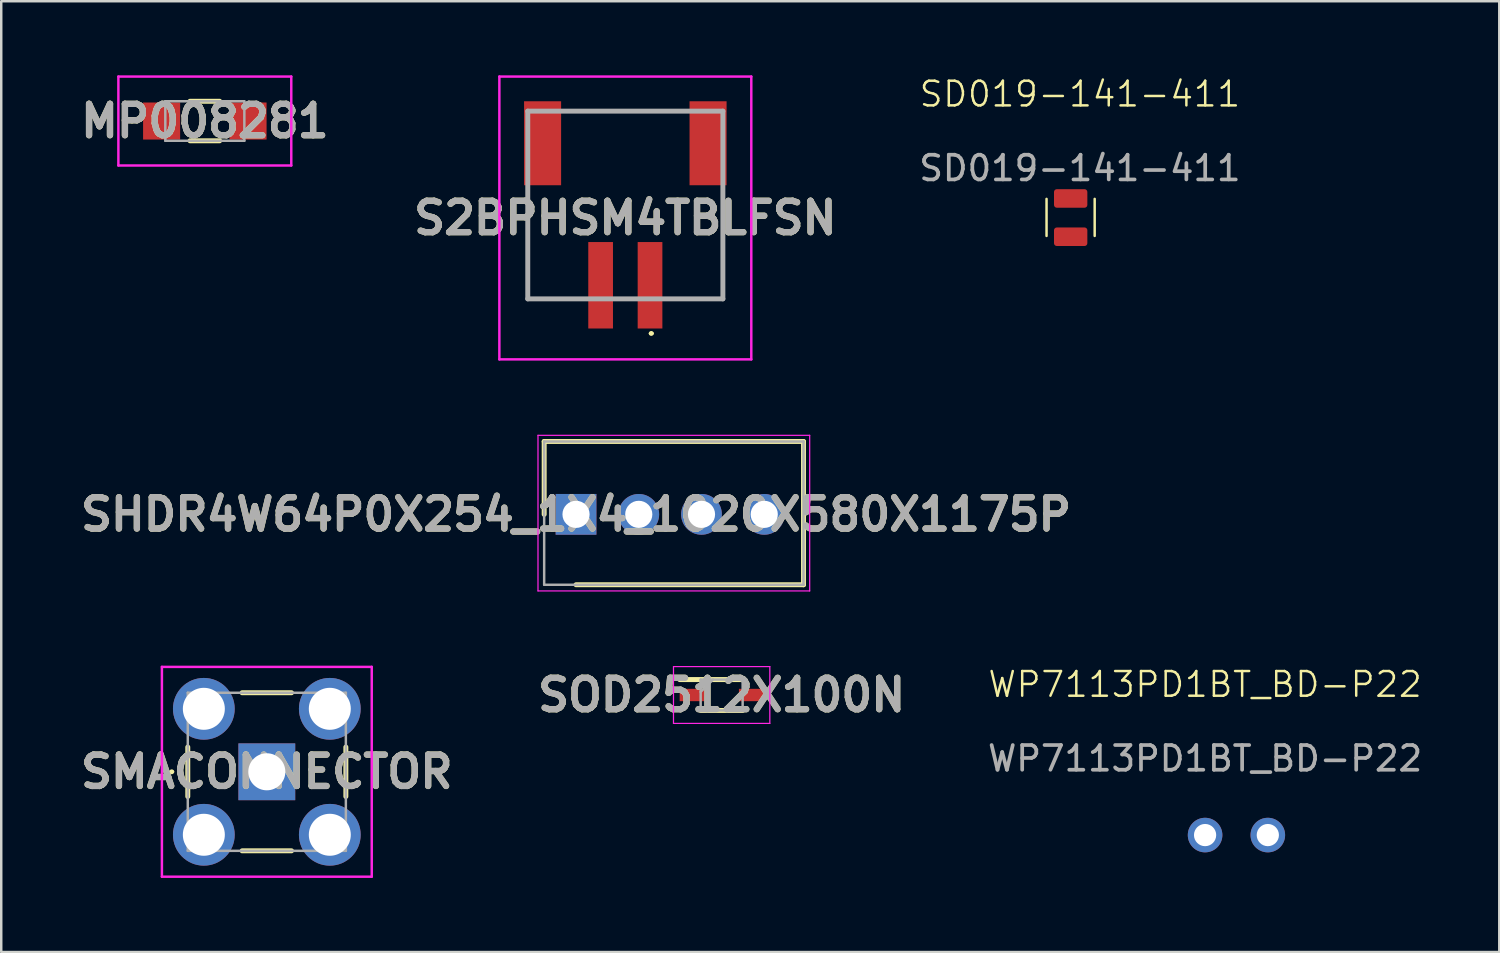
<source format=kicad_pcb>
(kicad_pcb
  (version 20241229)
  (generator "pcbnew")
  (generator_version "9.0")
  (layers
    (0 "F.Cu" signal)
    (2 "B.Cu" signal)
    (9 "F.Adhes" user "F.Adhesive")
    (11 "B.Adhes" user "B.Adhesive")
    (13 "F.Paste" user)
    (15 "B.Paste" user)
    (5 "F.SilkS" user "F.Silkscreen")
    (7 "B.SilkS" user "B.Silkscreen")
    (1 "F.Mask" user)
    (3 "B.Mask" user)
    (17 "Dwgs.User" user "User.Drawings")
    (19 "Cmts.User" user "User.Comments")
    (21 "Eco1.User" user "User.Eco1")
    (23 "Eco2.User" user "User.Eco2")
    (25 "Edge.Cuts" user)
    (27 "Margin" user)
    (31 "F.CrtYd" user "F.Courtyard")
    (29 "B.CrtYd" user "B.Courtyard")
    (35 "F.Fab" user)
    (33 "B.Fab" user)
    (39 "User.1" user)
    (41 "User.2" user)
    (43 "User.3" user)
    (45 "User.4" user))
  (footprint "SOD2512X100N"
    (layer "F.Cu")
    (at 26.168 25.089)
    (property "Reference" "SOD2512X100N" (at 0 0 0) (layer "F.SilkS") (effects (font (size 1.27 1.27) (thickness 0.254))))
    (attr smd)
    (fp_line (start -1.7 -0.625) (end 0.85 -0.625) (stroke (width 0.2) (type solid)) (layer "F.SilkS"))
    (fp_line (start -0.85 0.625) (end 0.85 0.625) (stroke (width 0.2) (type solid)) (layer "F.SilkS"))
    (fp_line (start -1.95 -1.15) (end 1.95 -1.15) (stroke (width 0.05) (type solid)) (layer "F.CrtYd"))
    (fp_line (start -1.95 1.15) (end -1.95 -1.15) (stroke (width 0.05) (type solid)) (layer "F.CrtYd"))
    (fp_line (start 1.95 -1.15) (end 1.95 1.15) (stroke (width 0.05) (type solid)) (layer "F.CrtYd"))
    (fp_line (start 1.95 1.15) (end -1.95 1.15) (stroke (width 0.05) (type solid)) (layer "F.CrtYd"))
    (fp_line (start -0.85 -0.625) (end 0.85 -0.625) (stroke (width 0.1) (type solid)) (layer "F.Fab"))
    (fp_line (start -0.85 -0.125) (end -0.35 -0.625) (stroke (width 0.1) (type solid)) (layer "F.Fab"))
    (fp_line (start -0.85 0.625) (end -0.85 -0.625) (stroke (width 0.1) (type solid)) (layer "F.Fab"))
    (fp_line (start 0.85 -0.625) (end 0.85 0.625) (stroke (width 0.1) (type solid)) (layer "F.Fab"))
    (fp_line (start 0.85 0.625) (end -0.85 0.625) (stroke (width 0.1) (type solid)) (layer "F.Fab"))
    (fp_text user "${REFERENCE}" (at 0 0 0) (layer "F.Fab") (effects (font (size 1.27 1.27) (thickness 0.254))))
    (pad "1" smd rect (at -1.2 0 90) (size 0.5 1) (layers "F.Cu" "F.Mask" "F.Paste"))
    (pad "2" smd rect (at 1.2 0 90) (size 0.5 1) (layers "F.Cu" "F.Mask" "F.Paste")))
  (footprint "MP008281"
    (layer "F.Cu")
    (at 5.243 1.85)
    (property "Reference" "MP008281" (at 0 0 0) (layer "F.SilkS") (effects (font (size 1.27 1.27) (thickness 0.254))))
    (attr smd)
    (fp_line (start -3 0) (end -3 0) (stroke (width 0.1) (type solid)) (layer "F.SilkS"))
    (fp_line (start -2.9 0) (end -2.9 0) (stroke (width 0.1) (type solid)) (layer "F.SilkS"))
    (fp_line (start -0.6 -0.8) (end 0.6 -0.8) (stroke (width 0.2) (type solid)) (layer "F.SilkS"))
    (fp_line (start -0.6 0.8) (end 0.6 0.8) (stroke (width 0.2) (type solid)) (layer "F.SilkS"))
    (fp_arc (start -3 0) (mid -2.95 -0.05) (end -2.9 0) (stroke (width 0.1) (type solid)) (layer "F.SilkS"))
    (fp_arc (start -2.9 0) (mid -2.95 0.05) (end -3 0) (stroke (width 0.1) (type solid)) (layer "F.SilkS"))
    (fp_line (start -3.5 -1.8) (end 3.5 -1.8) (stroke (width 0.1) (type solid)) (layer "F.CrtYd"))
    (fp_line (start -3.5 1.8) (end -3.5 -1.8) (stroke (width 0.1) (type solid)) (layer "F.CrtYd"))
    (fp_line (start 3.5 -1.8) (end 3.5 1.8) (stroke (width 0.1) (type solid)) (layer "F.CrtYd"))
    (fp_line (start 3.5 1.8) (end -3.5 1.8) (stroke (width 0.1) (type solid)) (layer "F.CrtYd"))
    (fp_line (start -1.6 -0.8) (end 1.6 -0.8) (stroke (width 0.1) (type solid)) (layer "F.Fab"))
    (fp_line (start -1.6 0.8) (end -1.6 -0.8) (stroke (width 0.1) (type solid)) (layer "F.Fab"))
    (fp_line (start 1.6 -0.8) (end 1.6 0.8) (stroke (width 0.1) (type solid)) (layer "F.Fab"))
    (fp_line (start 1.6 0.8) (end -1.6 0.8) (stroke (width 0.1) (type solid)) (layer "F.Fab"))
    (fp_text user "${REFERENCE}" (at 0 0 0) (layer "F.Fab") (effects (font (size 1.27 1.27) (thickness 0.254))))
    (pad "1" smd rect (at -1.75 0 90) (size 1.5 1.5) (layers "F.Cu" "F.Mask" "F.Paste"))
    (pad "2" smd rect (at 1.75 0 90) (size 1.5 1.5) (layers "F.Cu" "F.Mask" "F.Paste")))
  (footprint "WP7113PD1BT_BD-P22"
    (layer "F.Cu")
    (at 45.741 25.16)
    (property "Reference" "WP7113PD1BT_BD-P22" (at 0 -0.5 0) (unlocked yes) (layer "F.SilkS") (effects (font (size 1 1) (thickness 0.1))))
    (attr smd)
    (fp_text user "${REFERENCE}" (at 0 2.5 0) (unlocked yes) (layer "F.Fab") (effects (font (size 1 1) (thickness 0.15))))
    (pad "1" thru_hole circle (at 0 5.6) (size 1.4 1.4) (drill 0.9) (layers "*.Cu" "*.Mask"))
    (pad "2" thru_hole circle (at 2.54 5.6) (size 1.4 1.4) (drill 0.9) (layers "*.Cu" "*.Mask")))
  (footprint "S2BPHSM4TBLFSN"
    (layer "F.Cu")
    (at 22.268 5.25)
    (property "Reference" "S2BPHSM4TBLFSN" (at 0 0.525 0) (layer "F.SilkS") (effects (font (size 1.27 1.27) (thickness 0.254))))
    (attr smd)
    (fp_line (start -3.95 3.8) (end -3.95 -0.4) (stroke (width 0.1) (type solid)) (layer "F.SilkS"))
    (fp_line (start -2 3.8) (end -3.95 3.8) (stroke (width 0.1) (type solid)) (layer "F.SilkS"))
    (fp_line (start 1 5.2) (end 1 5.2) (stroke (width 0.1) (type solid)) (layer "F.SilkS"))
    (fp_line (start 1.1 5.2) (end 1.1 5.2) (stroke (width 0.1) (type solid)) (layer "F.SilkS"))
    (fp_line (start 2.2 -3.8) (end -2 -3.8) (stroke (width 0.1) (type solid)) (layer "F.SilkS"))
    (fp_line (start 3.95 -0.4) (end 3.95 3.8) (stroke (width 0.1) (type solid)) (layer "F.SilkS"))
    (fp_line (start 3.95 3.8) (end 2 3.8) (stroke (width 0.1) (type solid)) (layer "F.SilkS"))
    (fp_arc (start 1 5.2) (mid 1.05 5.15) (end 1.1 5.2) (stroke (width 0.1) (type solid)) (layer "F.SilkS"))
    (fp_arc (start 1.1 5.2) (mid 1.05 5.25) (end 1 5.2) (stroke (width 0.1) (type solid)) (layer "F.SilkS"))
    (fp_line (start -5.1 -5.2) (end -5.1 6.25) (stroke (width 0.1) (type solid)) (layer "F.CrtYd"))
    (fp_line (start -5.1 6.25) (end 5.1 6.25) (stroke (width 0.1) (type solid)) (layer "F.CrtYd"))
    (fp_line (start 5.1 -5.2) (end -5.1 -5.2) (stroke (width 0.1) (type solid)) (layer "F.CrtYd"))
    (fp_line (start 5.1 6.25) (end 5.1 -5.2) (stroke (width 0.1) (type solid)) (layer "F.CrtYd"))
    (fp_line (start -3.95 -3.8) (end -3.95 3.8) (stroke (width 0.2) (type solid)) (layer "F.Fab"))
    (fp_line (start -3.95 3.8) (end 3.95 3.8) (stroke (width 0.2) (type solid)) (layer "F.Fab"))
    (fp_line (start 3.95 -3.8) (end -3.95 -3.8) (stroke (width 0.2) (type solid)) (layer "F.Fab"))
    (fp_line (start 3.95 3.8) (end 3.95 -3.8) (stroke (width 0.2) (type solid)) (layer "F.Fab"))
    (fp_text user "${REFERENCE}" (at 0 0.525 0) (layer "F.Fab") (effects (font (size 1.27 1.27) (thickness 0.254))))
    (pad "1" smd rect (at 1 3.25) (size 1 3.5) (layers "F.Cu" "F.Mask" "F.Paste"))
    (pad "2" smd rect (at -1 3.25) (size 1 3.5) (layers "F.Cu" "F.Mask" "F.Paste"))
    (pad "MP1" smd rect (at 3.35 -2.5) (size 1.5 3.4) (layers "F.Cu" "F.Mask" "F.Paste"))
    (pad "MP2" smd rect (at -3.35 -2.5) (size 1.5 3.4) (layers "F.Cu" "F.Mask" "F.Paste")))
  (footprint "SMACONNECTOR"
    (layer "F.Cu")
    (at 7.753 28.198)
    (property "Reference" "SMACONNECTOR" (at 0 -0.001 0) (layer "F.SilkS") (effects (font (size 1.27 1.27) (thickness 0.254))))
    (attr through_hole)
    (fp_line (start -3.9 0) (end -3.9 0) (stroke (width 0.1) (type solid)) (layer "F.SilkS"))
    (fp_line (start -3.8 0) (end -3.8 0) (stroke (width 0.1) (type solid)) (layer "F.SilkS"))
    (fp_line (start -3.2 -1) (end -3.2 1) (stroke (width 0.2) (type solid)) (layer "F.SilkS"))
    (fp_line (start -1 -3.2) (end 1 -3.2) (stroke (width 0.2) (type solid)) (layer "F.SilkS"))
    (fp_line (start -1 3.2) (end 1 3.2) (stroke (width 0.2) (type solid)) (layer "F.SilkS"))
    (fp_line (start 3.2 -1) (end 3.2 1) (stroke (width 0.2) (type solid)) (layer "F.SilkS"))
    (fp_arc (start -3.9 0) (mid -3.85 -0.05) (end -3.8 0) (stroke (width 0.1) (type solid)) (layer "F.SilkS"))
    (fp_arc (start -3.8 0) (mid -3.85 0.05) (end -3.9 0) (stroke (width 0.1) (type solid)) (layer "F.SilkS"))
    (fp_line (start -4.248 -4.248) (end 4.248 -4.248) (stroke (width 0.1) (type solid)) (layer "F.CrtYd"))
    (fp_line (start -4.248 4.247) (end -4.248 -4.248) (stroke (width 0.1) (type solid)) (layer "F.CrtYd"))
    (fp_line (start 4.248 -4.248) (end 4.248 4.247) (stroke (width 0.1) (type solid)) (layer "F.CrtYd"))
    (fp_line (start 4.248 4.247) (end -4.248 4.247) (stroke (width 0.1) (type solid)) (layer "F.CrtYd"))
    (fp_line (start -3.2 -3.2) (end 3.2 -3.2) (stroke (width 0.1) (type solid)) (layer "F.Fab"))
    (fp_line (start -3.2 3.2) (end -3.2 -3.2) (stroke (width 0.1) (type solid)) (layer "F.Fab"))
    (fp_line (start 3.2 -3.2) (end 3.2 3.2) (stroke (width 0.1) (type solid)) (layer "F.Fab"))
    (fp_line (start 3.2 3.2) (end -3.2 3.2) (stroke (width 0.1) (type solid)) (layer "F.Fab"))
    (fp_text user "${REFERENCE}" (at 0 -0.001 0) (layer "F.Fab") (effects (font (size 1.27 1.27) (thickness 0.254))))
    (pad "1" thru_hole rect (at 0 0) (size 2.3 2.3) (drill 1.5) (layers "*.Cu" "*.Mask"))
    (pad "2" thru_hole circle (at -2.55 2.55) (size 2.5 2.5) (drill 1.7) (layers "*.Cu" "*.Mask"))
    (pad "3" thru_hole circle (at 2.55 2.55) (size 2.5 2.5) (drill 1.7) (layers "*.Cu" "*.Mask"))
    (pad "4" thru_hole circle (at 2.55 -2.55) (size 2.5 2.5) (drill 1.7) (layers "*.Cu" "*.Mask"))
    (pad "5" thru_hole circle (at -2.55 -2.55) (size 2.5 2.5) (drill 1.7) (layers "*.Cu" "*.Mask")))
  (footprint "SD019-141-411"
    (layer "F.Cu")
    (at 40.674 1.26)
    (property "Reference" "SD019-141-411" (at 0 -0.5 0) (unlocked yes) (layer "F.SilkS") (effects (font (size 1 1) (thickness 0.1))))
    (attr smd)
    (fp_line (start -1.352 3.742) (end -1.352 5.242) (stroke (width 0.1) (type default)) (layer "F.SilkS"))
    (fp_line (start 0.597 5.242) (end 0.597 3.742) (stroke (width 0.1) (type default)) (layer "F.SilkS"))
    (fp_text user "${REFERENCE}" (at 0 2.5 0) (unlocked yes) (layer "F.Fab") (effects (font (size 1 1) (thickness 0.15))))
    (pad "1" smd roundrect (at -0.375 3.725) (size 1.35 0.75) (layers "F.Cu" "F.Mask" "F.Paste" "Eco1.User") (roundrect_rratio 0.15))
    (pad "2" smd roundrect (at -0.375 5.275) (size 1.35 0.75) (layers "F.Cu" "F.Mask" "F.Paste") (roundrect_rratio 0.15)))
  (footprint "SHDR4W64P0X254_1X4_1020X580X1175P"
    (layer "F.Cu")
    (at 20.272 17.775)
    (property "Reference" "SHDR4W64P0X254_1X4_1020X580X1175P" (at 0 0 0) (layer "F.SilkS") (effects (font (size 1.27 1.27) (thickness 0.254))))
    (attr through_hole)
    (fp_line (start -1.29 -2.95) (end -1.29 0) (stroke (width 0.2) (type solid)) (layer "F.SilkS"))
    (fp_line (start 0 2.85) (end 9.21 2.85) (stroke (width 0.2) (type solid)) (layer "F.SilkS"))
    (fp_line (start 9.21 -2.95) (end -1.29 -2.95) (stroke (width 0.2) (type solid)) (layer "F.SilkS"))
    (fp_line (start 9.21 2.85) (end 9.21 -2.95) (stroke (width 0.2) (type solid)) (layer "F.SilkS"))
    (fp_line (start -1.54 -3.2) (end 9.46 -3.2) (stroke (width 0.05) (type solid)) (layer "F.CrtYd"))
    (fp_line (start -1.54 3.1) (end -1.54 -3.2) (stroke (width 0.05) (type solid)) (layer "F.CrtYd"))
    (fp_line (start 9.46 -3.2) (end 9.46 3.1) (stroke (width 0.05) (type solid)) (layer "F.CrtYd"))
    (fp_line (start 9.46 3.1) (end -1.54 3.1) (stroke (width 0.05) (type solid)) (layer "F.CrtYd"))
    (fp_line (start -1.29 -2.95) (end 9.21 -2.95) (stroke (width 0.1) (type solid)) (layer "F.Fab"))
    (fp_line (start -1.29 2.85) (end -1.29 -2.95) (stroke (width 0.1) (type solid)) (layer "F.Fab"))
    (fp_line (start 9.21 -2.95) (end 9.21 2.85) (stroke (width 0.1) (type solid)) (layer "F.Fab"))
    (fp_line (start 9.21 2.85) (end -1.29 2.85) (stroke (width 0.1) (type solid)) (layer "F.Fab"))
    (fp_text user "${REFERENCE}" (at 0 0 0) (layer "F.Fab") (effects (font (size 1.27 1.27) (thickness 0.254))))
    (pad "1" thru_hole rect (at 0 0) (size 1.65 1.65) (drill 1.1) (layers "*.Cu" "*.Mask"))
    (pad "2" thru_hole circle (at 2.54 0) (size 1.65 1.65) (drill 1.1) (layers "*.Cu" "*.Mask"))
    (pad "3" thru_hole circle (at 5.08 0) (size 1.65 1.65) (drill 1.1) (layers "*.Cu" "*.Mask"))
    (pad "4" thru_hole circle (at 7.62 0) (size 1.65 1.65) (drill 1.1) (layers "*.Cu" "*.Mask")))
  (gr_rect
    (start -3 -3)
    (end 57.652 35.495)
    (stroke (width 0.1) (type default))
    (fill no)
    (layer "Edge.Cuts")))
</source>
